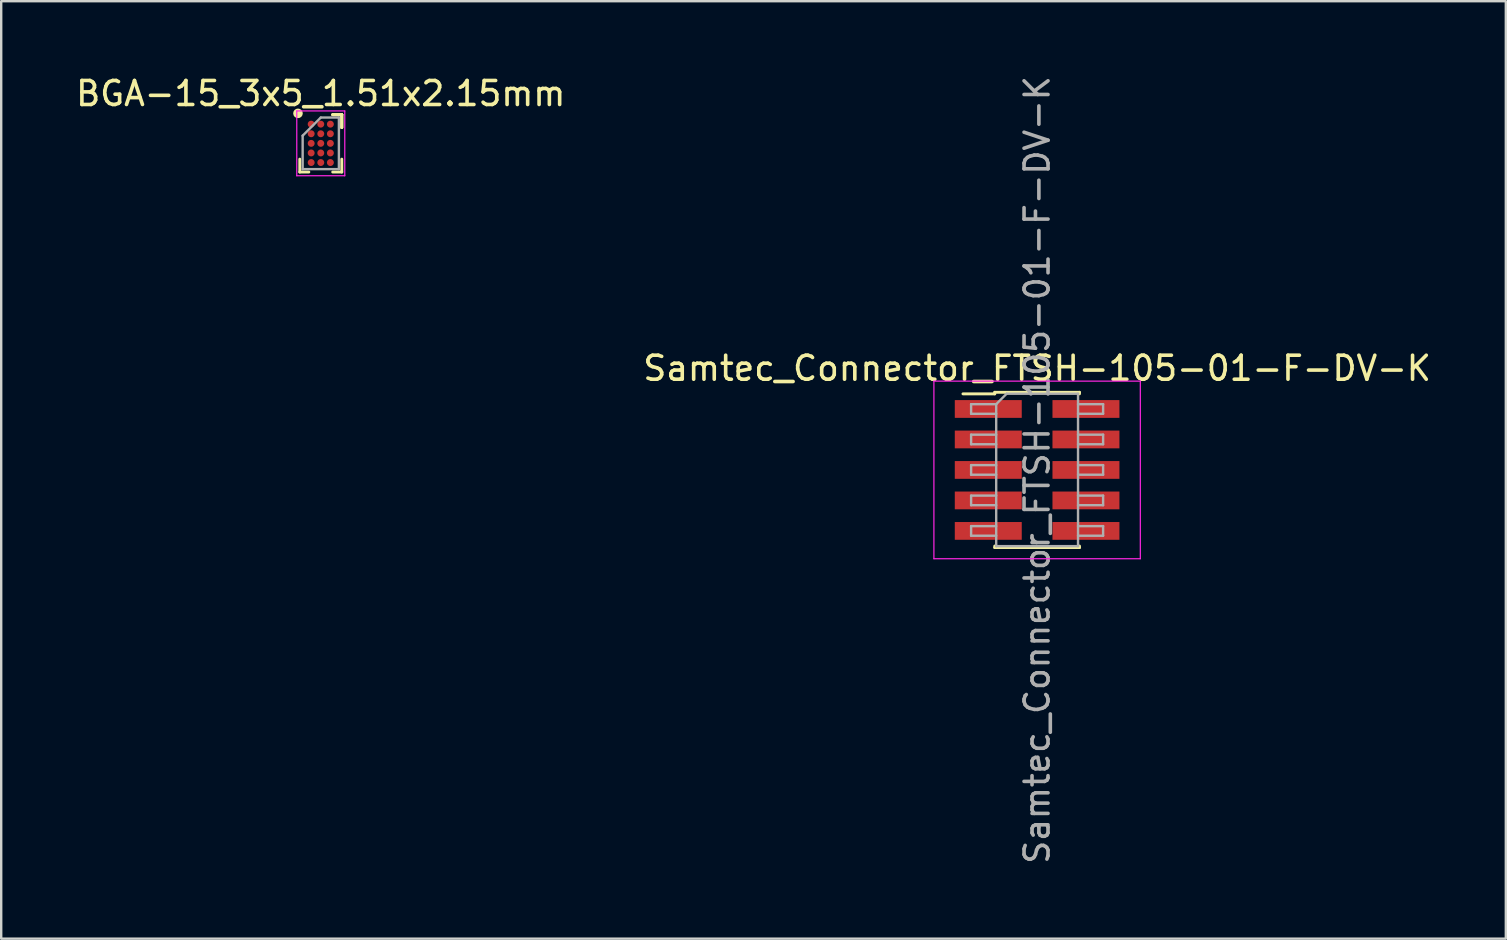
<source format=kicad_pcb>
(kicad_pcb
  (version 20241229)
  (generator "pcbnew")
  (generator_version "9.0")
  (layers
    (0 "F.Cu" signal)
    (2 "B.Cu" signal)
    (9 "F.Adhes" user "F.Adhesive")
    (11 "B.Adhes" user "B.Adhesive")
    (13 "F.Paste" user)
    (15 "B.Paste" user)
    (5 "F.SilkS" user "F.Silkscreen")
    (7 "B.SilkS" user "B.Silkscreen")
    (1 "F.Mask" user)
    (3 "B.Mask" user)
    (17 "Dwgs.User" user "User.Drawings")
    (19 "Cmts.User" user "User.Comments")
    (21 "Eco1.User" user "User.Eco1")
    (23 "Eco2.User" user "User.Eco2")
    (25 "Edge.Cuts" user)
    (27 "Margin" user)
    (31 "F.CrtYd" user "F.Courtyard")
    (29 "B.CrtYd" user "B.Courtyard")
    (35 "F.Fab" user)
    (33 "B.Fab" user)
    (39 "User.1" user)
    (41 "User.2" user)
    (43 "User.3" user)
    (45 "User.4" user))
  (footprint "Samtec_Connector_FTSH-105-01-F-DV-K"
    (layer "F.Cu")
    (at 40.161 16.53)
    (property "Reference" "Samtec_Connector_FTSH-105-01-F-DV-K" (at 0 -4.235 0) (layer "F.SilkS") (effects (font (size 1 1) (thickness 0.15))))
    (attr smd)
    (fp_line (start -3.09 -3.17) (end -1.765 -3.17) (stroke (width 0.12) (type solid)) (layer "F.SilkS"))
    (fp_line (start -1.765 -3.235) (end -1.765 -3.17) (stroke (width 0.12) (type solid)) (layer "F.SilkS"))
    (fp_line (start -1.765 -3.235) (end 1.765 -3.235) (stroke (width 0.12) (type solid)) (layer "F.SilkS"))
    (fp_line (start -1.765 3.17) (end -1.765 3.235) (stroke (width 0.12) (type solid)) (layer "F.SilkS"))
    (fp_line (start -1.765 3.235) (end 1.765 3.235) (stroke (width 0.12) (type solid)) (layer "F.SilkS"))
    (fp_line (start 1.765 -3.235) (end 1.765 -3.17) (stroke (width 0.12) (type solid)) (layer "F.SilkS"))
    (fp_line (start 1.765 3.17) (end 1.765 3.235) (stroke (width 0.12) (type solid)) (layer "F.SilkS"))
    (fp_line (start -4.3 -3.7) (end -4.3 3.7) (stroke (width 0.05) (type solid)) (layer "F.CrtYd"))
    (fp_line (start -4.3 3.7) (end 4.3 3.7) (stroke (width 0.05) (type solid)) (layer "F.CrtYd"))
    (fp_line (start 4.3 -3.7) (end -4.3 -3.7) (stroke (width 0.05) (type solid)) (layer "F.CrtYd"))
    (fp_line (start 4.3 3.7) (end 4.3 -3.7) (stroke (width 0.05) (type solid)) (layer "F.CrtYd"))
    (fp_line (start -2.75 -2.74) (end -2.75 -2.34) (stroke (width 0.1) (type solid)) (layer "F.Fab"))
    (fp_line (start -2.75 -2.34) (end -1.705 -2.34) (stroke (width 0.1) (type solid)) (layer "F.Fab"))
    (fp_line (start -2.75 -1.47) (end -2.75 -1.07) (stroke (width 0.1) (type solid)) (layer "F.Fab"))
    (fp_line (start -2.75 -1.07) (end -1.705 -1.07) (stroke (width 0.1) (type solid)) (layer "F.Fab"))
    (fp_line (start -2.75 -0.2) (end -2.75 0.2) (stroke (width 0.1) (type solid)) (layer "F.Fab"))
    (fp_line (start -2.75 0.2) (end -1.705 0.2) (stroke (width 0.1) (type solid)) (layer "F.Fab"))
    (fp_line (start -2.75 1.07) (end -2.75 1.47) (stroke (width 0.1) (type solid)) (layer "F.Fab"))
    (fp_line (start -2.75 1.47) (end -1.705 1.47) (stroke (width 0.1) (type solid)) (layer "F.Fab"))
    (fp_line (start -2.75 2.34) (end -2.75 2.74) (stroke (width 0.1) (type solid)) (layer "F.Fab"))
    (fp_line (start -2.75 2.74) (end -1.705 2.74) (stroke (width 0.1) (type solid)) (layer "F.Fab"))
    (fp_line (start -1.705 -2.74) (end -2.75 -2.74) (stroke (width 0.1) (type solid)) (layer "F.Fab"))
    (fp_line (start -1.705 -2.74) (end -1.27 -3.175) (stroke (width 0.1) (type solid)) (layer "F.Fab"))
    (fp_line (start -1.705 -1.47) (end -2.75 -1.47) (stroke (width 0.1) (type solid)) (layer "F.Fab"))
    (fp_line (start -1.705 -0.2) (end -2.75 -0.2) (stroke (width 0.1) (type solid)) (layer "F.Fab"))
    (fp_line (start -1.705 1.07) (end -2.75 1.07) (stroke (width 0.1) (type solid)) (layer "F.Fab"))
    (fp_line (start -1.705 2.34) (end -2.75 2.34) (stroke (width 0.1) (type solid)) (layer "F.Fab"))
    (fp_line (start -1.705 3.175) (end -1.705 -2.74) (stroke (width 0.1) (type solid)) (layer "F.Fab"))
    (fp_line (start -1.27 -3.175) (end 1.705 -3.175) (stroke (width 0.1) (type solid)) (layer "F.Fab"))
    (fp_line (start 1.705 -3.175) (end 1.705 3.175) (stroke (width 0.1) (type solid)) (layer "F.Fab"))
    (fp_line (start 1.705 -2.74) (end 2.75 -2.74) (stroke (width 0.1) (type solid)) (layer "F.Fab"))
    (fp_line (start 1.705 -1.47) (end 2.75 -1.47) (stroke (width 0.1) (type solid)) (layer "F.Fab"))
    (fp_line (start 1.705 -0.2) (end 2.75 -0.2) (stroke (width 0.1) (type solid)) (layer "F.Fab"))
    (fp_line (start 1.705 1.07) (end 2.75 1.07) (stroke (width 0.1) (type solid)) (layer "F.Fab"))
    (fp_line (start 1.705 2.34) (end 2.75 2.34) (stroke (width 0.1) (type solid)) (layer "F.Fab"))
    (fp_line (start 1.705 3.175) (end -1.705 3.175) (stroke (width 0.1) (type solid)) (layer "F.Fab"))
    (fp_line (start 2.75 -2.74) (end 2.75 -2.34) (stroke (width 0.1) (type solid)) (layer "F.Fab"))
    (fp_line (start 2.75 -2.34) (end 1.705 -2.34) (stroke (width 0.1) (type solid)) (layer "F.Fab"))
    (fp_line (start 2.75 -1.47) (end 2.75 -1.07) (stroke (width 0.1) (type solid)) (layer "F.Fab"))
    (fp_line (start 2.75 -1.07) (end 1.705 -1.07) (stroke (width 0.1) (type solid)) (layer "F.Fab"))
    (fp_line (start 2.75 -0.2) (end 2.75 0.2) (stroke (width 0.1) (type solid)) (layer "F.Fab"))
    (fp_line (start 2.75 0.2) (end 1.705 0.2) (stroke (width 0.1) (type solid)) (layer "F.Fab"))
    (fp_line (start 2.75 1.07) (end 2.75 1.47) (stroke (width 0.1) (type solid)) (layer "F.Fab"))
    (fp_line (start 2.75 1.47) (end 1.705 1.47) (stroke (width 0.1) (type solid)) (layer "F.Fab"))
    (fp_line (start 2.75 2.34) (end 2.75 2.74) (stroke (width 0.1) (type solid)) (layer "F.Fab"))
    (fp_line (start 2.75 2.74) (end 1.705 2.74) (stroke (width 0.1) (type solid)) (layer "F.Fab"))
    (fp_text user "${REFERENCE}" (at 0 0 90) (layer "F.Fab") (effects (font (size 1 1) (thickness 0.15))))
    (pad "1" smd rect (at -2.035 -2.54) (size 2.79 0.74) (layers "F.Cu" "F.Mask" "F.Paste"))
    (pad "2" smd rect (at 2.035 -2.54) (size 2.79 0.74) (layers "F.Cu" "F.Mask" "F.Paste"))
    (pad "3" smd rect (at -2.035 -1.27) (size 2.79 0.74) (layers "F.Cu" "F.Mask" "F.Paste"))
    (pad "4" smd rect (at 2.035 -1.27) (size 2.79 0.74) (layers "F.Cu" "F.Mask" "F.Paste"))
    (pad "5" smd rect (at -2.035 0) (size 2.79 0.74) (layers "F.Cu" "F.Mask" "F.Paste"))
    (pad "6" smd rect (at 2.035 0) (size 2.79 0.74) (layers "F.Cu" "F.Mask" "F.Paste"))
    (pad "7" smd rect (at -2.035 1.27) (size 2.79 0.74) (layers "F.Cu" "F.Mask" "F.Paste"))
    (pad "8" smd rect (at 2.035 1.27) (size 2.79 0.74) (layers "F.Cu" "F.Mask" "F.Paste"))
    (pad "9" smd rect (at -2.035 2.54) (size 2.79 0.74) (layers "F.Cu" "F.Mask" "F.Paste"))
    (pad "10" smd rect (at 2.035 2.54) (size 2.79 0.74) (layers "F.Cu" "F.Mask" "F.Paste")))
  (footprint "BGA-15_3x5_1.51x2.15mm"
    (layer "F.Cu")
    (at 10.315 2.923)
    (property "Reference" "BGA-15_3x5_1.51x2.15mm" (at 0 -2.075 0) (layer "F.SilkS") (effects (font (size 1 1) (thickness 0.15))))
    (attr smd)
    (fp_line (start -0.875 1.195) (end -0.875 0.657) (stroke (width 0.12) (type solid)) (layer "F.SilkS"))
    (fp_line (start -0.497 1.195) (end -0.875 1.195) (stroke (width 0.12) (type solid)) (layer "F.SilkS"))
    (fp_line (start 0.497 -1.195) (end 0.875 -1.195) (stroke (width 0.12) (type solid)) (layer "F.SilkS"))
    (fp_line (start 0.497 -1.195) (end 0.875 -1.195) (stroke (width 0.12) (type solid)) (layer "F.SilkS"))
    (fp_line (start 0.497 -1.195) (end 0.875 -1.195) (stroke (width 0.12) (type solid)) (layer "F.SilkS"))
    (fp_line (start 0.497 1.195) (end 0.875 1.195) (stroke (width 0.12) (type solid)) (layer "F.SilkS"))
    (fp_line (start 0.875 -1.195) (end 0.875 -0.657) (stroke (width 0.12) (type solid)) (layer "F.SilkS"))
    (fp_line (start 0.875 -1.195) (end 0.875 -0.657) (stroke (width 0.12) (type solid)) (layer "F.SilkS"))
    (fp_line (start 0.875 -1.195) (end 0.875 -0.657) (stroke (width 0.12) (type solid)) (layer "F.SilkS"))
    (fp_line (start 0.875 1.195) (end 0.875 0.657) (stroke (width 0.12) (type solid)) (layer "F.SilkS"))
    (fp_circle (center -0.95 -1.25) (end -0.95 -1.15) (stroke (width 0.2) (type solid)) (fill no) (layer "F.SilkS"))
    (fp_line (start -1 -1.35) (end 1 -1.35) (stroke (width 0.05) (type solid)) (layer "F.CrtYd"))
    (fp_line (start -1 1.35) (end -1 -1.35) (stroke (width 0.05) (type solid)) (layer "F.CrtYd"))
    (fp_line (start 1 -1.35) (end 1 1.35) (stroke (width 0.05) (type solid)) (layer "F.CrtYd"))
    (fp_line (start 1 1.35) (end -1 1.35) (stroke (width 0.05) (type solid)) (layer "F.CrtYd"))
    (fp_line (start -0.755 -0.32) (end -0.755 1.075) (stroke (width 0.1) (type solid)) (layer "F.Fab"))
    (fp_line (start -0.755 1.075) (end 0.755 1.075) (stroke (width 0.1) (type solid)) (layer "F.Fab"))
    (fp_line (start 0 -1.075) (end -0.755 -0.32) (stroke (width 0.1) (type solid)) (layer "F.Fab"))
    (fp_line (start 0.755 -1.075) (end 0 -1.075) (stroke (width 0.1) (type solid)) (layer "F.Fab"))
    (fp_line (start 0.755 1.075) (end 0.755 -1.075) (stroke (width 0.1) (type solid)) (layer "F.Fab"))
    (pad "A1" smd circle (at -0.4 -0.8) (size 0.29 0.29) (layers "F.Cu" "F.Mask" "F.Paste"))
    (pad "A2" smd circle (at 0 -0.8) (size 0.29 0.29) (layers "F.Cu" "F.Mask" "F.Paste"))
    (pad "A3" smd circle (at 0.4 -0.8) (size 0.29 0.29) (layers "F.Cu" "F.Mask" "F.Paste"))
    (pad "B1" smd circle (at -0.4 -0.4) (size 0.29 0.29) (layers "F.Cu" "F.Mask" "F.Paste"))
    (pad "B2" smd circle (at 0 -0.4) (size 0.29 0.29) (layers "F.Cu" "F.Mask" "F.Paste"))
    (pad "B3" smd circle (at 0.4 -0.4) (size 0.29 0.29) (layers "F.Cu" "F.Mask" "F.Paste"))
    (pad "C1" smd circle (at -0.4 0) (size 0.29 0.29) (layers "F.Cu" "F.Mask" "F.Paste"))
    (pad "C2" smd circle (at 0 0) (size 0.29 0.29) (layers "F.Cu" "F.Mask" "F.Paste"))
    (pad "C3" smd circle (at 0.4 0) (size 0.29 0.29) (layers "F.Cu" "F.Mask" "F.Paste"))
    (pad "D1" smd circle (at -0.4 0.4) (size 0.29 0.29) (layers "F.Cu" "F.Mask" "F.Paste"))
    (pad "D2" smd circle (at 0 0.4) (size 0.29 0.29) (layers "F.Cu" "F.Mask" "F.Paste"))
    (pad "D3" smd circle (at 0.4 0.4) (size 0.29 0.29) (layers "F.Cu" "F.Mask" "F.Paste"))
    (pad "E1" smd circle (at -0.4 0.8) (size 0.29 0.29) (layers "F.Cu" "F.Mask" "F.Paste"))
    (pad "E2" smd circle (at 0 0.8) (size 0.29 0.29) (layers "F.Cu" "F.Mask" "F.Paste"))
    (pad "E3" smd circle (at 0.4 0.8) (size 0.29 0.29) (layers "F.Cu" "F.Mask" "F.Paste")))
  (gr_rect
    (start -3 -3)
    (end 59.69 36.06)
    (stroke (width 0.1) (type default))
    (fill no)
    (layer "Edge.Cuts")))
</source>
